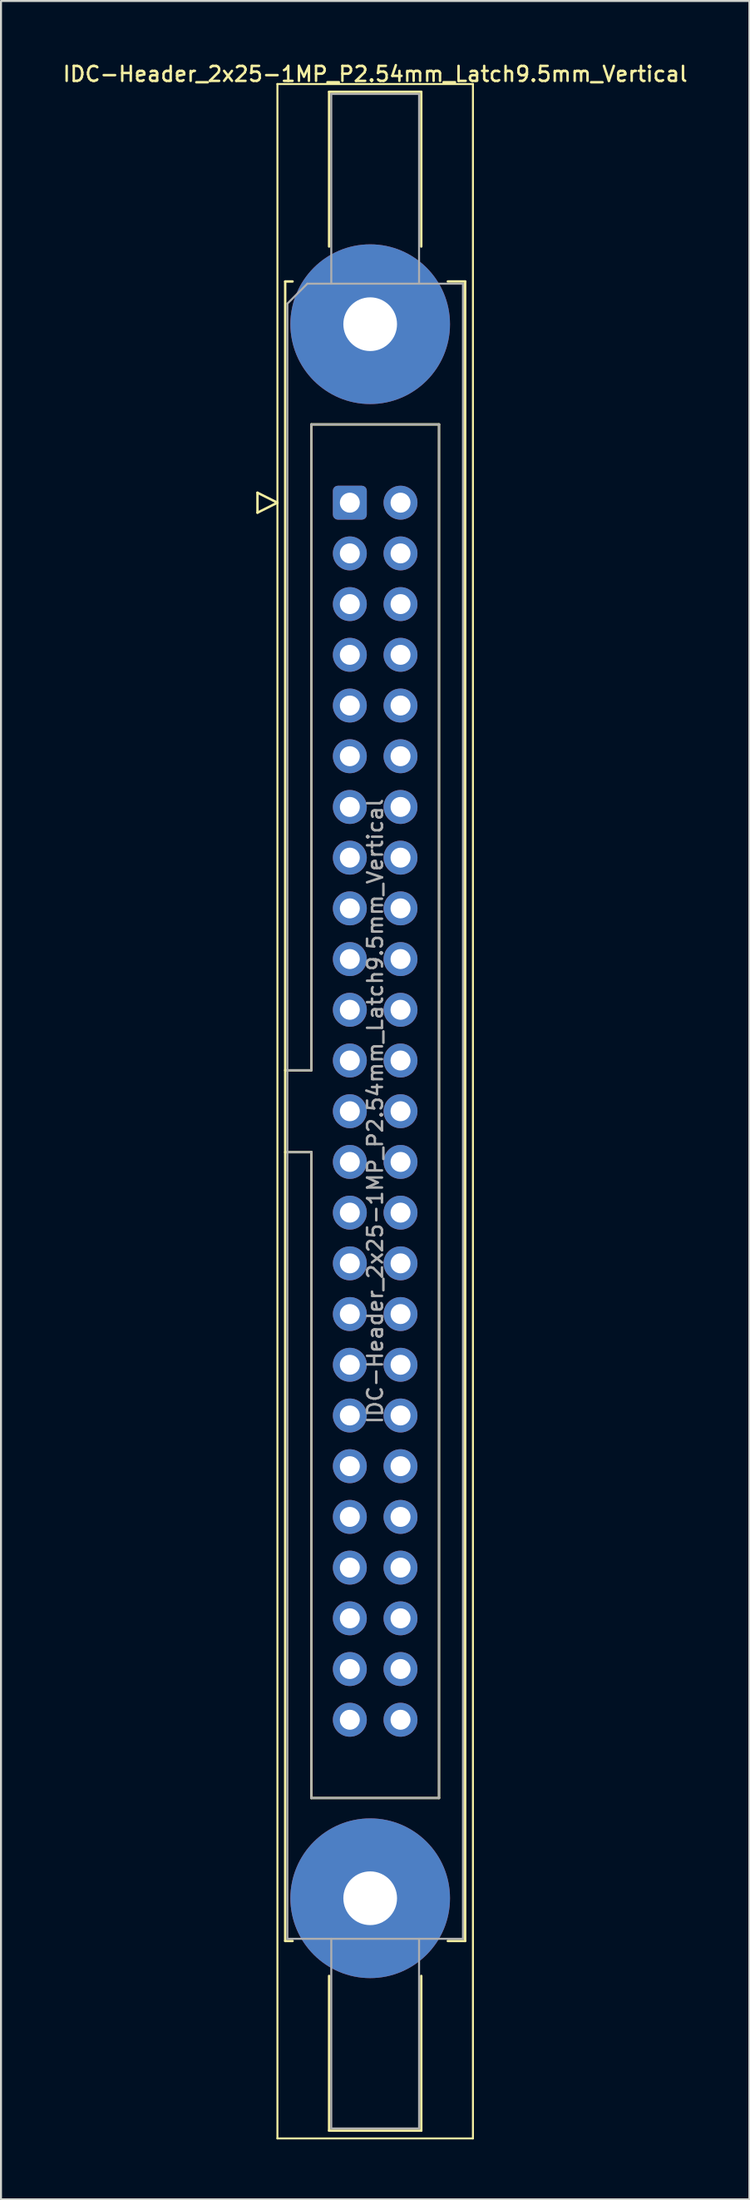
<source format=kicad_pcb>
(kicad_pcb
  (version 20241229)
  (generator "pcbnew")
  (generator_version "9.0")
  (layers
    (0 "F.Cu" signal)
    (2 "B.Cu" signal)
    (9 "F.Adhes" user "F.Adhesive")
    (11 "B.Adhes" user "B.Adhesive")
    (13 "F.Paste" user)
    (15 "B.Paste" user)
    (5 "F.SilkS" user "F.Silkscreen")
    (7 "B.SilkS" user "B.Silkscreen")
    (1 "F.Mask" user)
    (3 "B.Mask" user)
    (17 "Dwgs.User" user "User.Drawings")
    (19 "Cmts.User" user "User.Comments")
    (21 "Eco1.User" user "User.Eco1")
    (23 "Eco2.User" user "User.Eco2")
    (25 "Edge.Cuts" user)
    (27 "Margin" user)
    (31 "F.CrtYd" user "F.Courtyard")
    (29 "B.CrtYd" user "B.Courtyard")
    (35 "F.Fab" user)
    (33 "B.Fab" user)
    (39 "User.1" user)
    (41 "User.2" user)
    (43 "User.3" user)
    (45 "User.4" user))
  (footprint "IDC-Header_2x25-1MP_P2.54mm_Latch9.5mm_Vertical"
    (layer "F.Cu")
    (at 14.485 22.128)
    (property "Reference" "IDC-Header_2x25-1MP_P2.54mm_Latch9.5mm_Vertical" (at 1.27 -21.47 0) (layer "F.SilkS") (effects (font (size 0.75 0.75) (thickness 0.125))))
    (attr through_hole)
    (fp_line (start -4.63 -0.5) (end -4.63 0.5) (stroke (width 0.12) (type solid)) (layer "F.SilkS"))
    (fp_line (start -4.63 0.5) (end -3.63 0) (stroke (width 0.12) (type solid)) (layer "F.SilkS"))
    (fp_line (start -3.63 -20.97) (end -3.63 81.93) (stroke (width 0.1) (type solid)) (layer "F.SilkS"))
    (fp_line (start -3.63 0) (end -4.63 -0.5) (stroke (width 0.12) (type solid)) (layer "F.SilkS"))
    (fp_line (start -3.63 81.93) (end 6.17 81.93) (stroke (width 0.1) (type solid)) (layer "F.SilkS"))
    (fp_line (start -3.24 -11.08) (end -3.24 72.04) (stroke (width 0.12) (type solid)) (layer "F.SilkS"))
    (fp_line (start -3.24 28.43) (end -1.93 28.43) (stroke (width 0.12) (type solid)) (layer "F.SilkS"))
    (fp_line (start -3.24 72.04) (end -2.87 72.04) (stroke (width 0.12) (type solid)) (layer "F.SilkS"))
    (fp_line (start -2.87 -11.08) (end -3.24 -11.08) (stroke (width 0.12) (type solid)) (layer "F.SilkS"))
    (fp_line (start -1.93 -3.92) (end 4.47 -3.92) (stroke (width 0.12) (type solid)) (layer "F.SilkS"))
    (fp_line (start -1.93 28.43) (end -1.93 -3.92) (stroke (width 0.12) (type solid)) (layer "F.SilkS"))
    (fp_line (start -1.93 32.53) (end -3.24 32.53) (stroke (width 0.12) (type solid)) (layer "F.SilkS"))
    (fp_line (start -1.93 32.53) (end -1.93 32.53) (stroke (width 0.12) (type solid)) (layer "F.SilkS"))
    (fp_line (start -1.93 64.88) (end -1.93 32.53) (stroke (width 0.12) (type solid)) (layer "F.SilkS"))
    (fp_line (start -1.04 -20.58) (end 3.58 -20.58) (stroke (width 0.12) (type solid)) (layer "F.SilkS"))
    (fp_line (start -1.04 -12.83) (end -1.04 -20.58) (stroke (width 0.12) (type solid)) (layer "F.SilkS"))
    (fp_line (start -1.04 73.79) (end -1.04 81.54) (stroke (width 0.12) (type solid)) (layer "F.SilkS"))
    (fp_line (start -1.04 81.54) (end 3.58 81.54) (stroke (width 0.12) (type solid)) (layer "F.SilkS"))
    (fp_line (start 3.58 -20.58) (end 3.58 -12.83) (stroke (width 0.12) (type solid)) (layer "F.SilkS"))
    (fp_line (start 3.58 81.54) (end 3.58 73.79) (stroke (width 0.12) (type solid)) (layer "F.SilkS"))
    (fp_line (start 4.47 -3.92) (end 4.47 64.88) (stroke (width 0.12) (type solid)) (layer "F.SilkS"))
    (fp_line (start 4.47 64.88) (end -1.93 64.88) (stroke (width 0.12) (type solid)) (layer "F.SilkS"))
    (fp_line (start 4.91 -11.08) (end 5.78 -11.08) (stroke (width 0.12) (type solid)) (layer "F.SilkS"))
    (fp_line (start 5.78 -11.08) (end 5.78 72.04) (stroke (width 0.12) (type solid)) (layer "F.SilkS"))
    (fp_line (start 5.78 72.04) (end 4.91 72.04) (stroke (width 0.12) (type solid)) (layer "F.SilkS"))
    (fp_line (start 6.17 -20.97) (end -3.63 -20.97) (stroke (width 0.1) (type solid)) (layer "F.SilkS"))
    (fp_line (start 6.17 81.93) (end 6.17 -20.97) (stroke (width 0.1) (type solid)) (layer "F.SilkS"))
    (fp_line (start -3.13 -9.97) (end -2.13 -10.97) (stroke (width 0.1) (type solid)) (layer "F.Fab"))
    (fp_line (start -3.13 28.43) (end -1.93 28.43) (stroke (width 0.1) (type solid)) (layer "F.Fab"))
    (fp_line (start -3.13 71.93) (end -3.13 -9.97) (stroke (width 0.1) (type solid)) (layer "F.Fab"))
    (fp_line (start -2.13 -10.97) (end 5.67 -10.97) (stroke (width 0.1) (type solid)) (layer "F.Fab"))
    (fp_line (start -1.93 -3.92) (end 4.47 -3.92) (stroke (width 0.1) (type solid)) (layer "F.Fab"))
    (fp_line (start -1.93 28.43) (end -1.93 -3.92) (stroke (width 0.1) (type solid)) (layer "F.Fab"))
    (fp_line (start -1.93 32.53) (end -3.13 32.53) (stroke (width 0.1) (type solid)) (layer "F.Fab"))
    (fp_line (start -1.93 32.53) (end -1.93 32.53) (stroke (width 0.1) (type solid)) (layer "F.Fab"))
    (fp_line (start -1.93 64.88) (end -1.93 32.53) (stroke (width 0.1) (type solid)) (layer "F.Fab"))
    (fp_line (start -0.93 -20.47) (end 3.47 -20.47) (stroke (width 0.1) (type solid)) (layer "F.Fab"))
    (fp_line (start -0.93 -10.97) (end -0.93 -20.47) (stroke (width 0.1) (type solid)) (layer "F.Fab"))
    (fp_line (start -0.93 71.93) (end -0.93 81.43) (stroke (width 0.1) (type solid)) (layer "F.Fab"))
    (fp_line (start -0.93 81.43) (end 3.47 81.43) (stroke (width 0.1) (type solid)) (layer "F.Fab"))
    (fp_line (start 3.47 -20.47) (end 3.47 -10.97) (stroke (width 0.1) (type solid)) (layer "F.Fab"))
    (fp_line (start 3.47 81.43) (end 3.47 71.93) (stroke (width 0.1) (type solid)) (layer "F.Fab"))
    (fp_line (start 4.47 -3.92) (end 4.47 64.88) (stroke (width 0.1) (type solid)) (layer "F.Fab"))
    (fp_line (start 4.47 64.88) (end -1.93 64.88) (stroke (width 0.1) (type solid)) (layer "F.Fab"))
    (fp_line (start 5.67 -10.97) (end 5.67 71.93) (stroke (width 0.1) (type solid)) (layer "F.Fab"))
    (fp_line (start 5.67 71.93) (end -3.13 71.93) (stroke (width 0.1) (type solid)) (layer "F.Fab"))
    (fp_text user "${REFERENCE}" (at 1.27 30.48 90) (layer "F.Fab") (effects (font (size 0.75 0.75) (thickness 0.125))))
    (pad "1" thru_hole roundrect (at 0 0) (size 1.7 1.7) (drill 1) (layers "*.Cu" "*.Mask") (roundrect_rratio 0.147))
    (pad "2" thru_hole circle (at 2.54 0) (size 1.7 1.7) (drill 1) (layers "*.Cu" "*.Mask"))
    (pad "3" thru_hole circle (at 0 2.54) (size 1.7 1.7) (drill 1) (layers "*.Cu" "*.Mask"))
    (pad "4" thru_hole circle (at 2.54 2.54) (size 1.7 1.7) (drill 1) (layers "*.Cu" "*.Mask"))
    (pad "5" thru_hole circle (at 0 5.08) (size 1.7 1.7) (drill 1) (layers "*.Cu" "*.Mask"))
    (pad "6" thru_hole circle (at 2.54 5.08) (size 1.7 1.7) (drill 1) (layers "*.Cu" "*.Mask"))
    (pad "7" thru_hole circle (at 0 7.62) (size 1.7 1.7) (drill 1) (layers "*.Cu" "*.Mask"))
    (pad "8" thru_hole circle (at 2.54 7.62) (size 1.7 1.7) (drill 1) (layers "*.Cu" "*.Mask"))
    (pad "9" thru_hole circle (at 0 10.16) (size 1.7 1.7) (drill 1) (layers "*.Cu" "*.Mask"))
    (pad "10" thru_hole circle (at 2.54 10.16) (size 1.7 1.7) (drill 1) (layers "*.Cu" "*.Mask"))
    (pad "11" thru_hole circle (at 0 12.7) (size 1.7 1.7) (drill 1) (layers "*.Cu" "*.Mask"))
    (pad "12" thru_hole circle (at 2.54 12.7) (size 1.7 1.7) (drill 1) (layers "*.Cu" "*.Mask"))
    (pad "13" thru_hole circle (at 0 15.24) (size 1.7 1.7) (drill 1) (layers "*.Cu" "*.Mask"))
    (pad "14" thru_hole circle (at 2.54 15.24) (size 1.7 1.7) (drill 1) (layers "*.Cu" "*.Mask"))
    (pad "15" thru_hole circle (at 0 17.78) (size 1.7 1.7) (drill 1) (layers "*.Cu" "*.Mask"))
    (pad "16" thru_hole circle (at 2.54 17.78) (size 1.7 1.7) (drill 1) (layers "*.Cu" "*.Mask"))
    (pad "17" thru_hole circle (at 0 20.32) (size 1.7 1.7) (drill 1) (layers "*.Cu" "*.Mask"))
    (pad "18" thru_hole circle (at 2.54 20.32) (size 1.7 1.7) (drill 1) (layers "*.Cu" "*.Mask"))
    (pad "19" thru_hole circle (at 0 22.86) (size 1.7 1.7) (drill 1) (layers "*.Cu" "*.Mask"))
    (pad "20" thru_hole circle (at 2.54 22.86) (size 1.7 1.7) (drill 1) (layers "*.Cu" "*.Mask"))
    (pad "21" thru_hole circle (at 0 25.4) (size 1.7 1.7) (drill 1) (layers "*.Cu" "*.Mask"))
    (pad "22" thru_hole circle (at 2.54 25.4) (size 1.7 1.7) (drill 1) (layers "*.Cu" "*.Mask"))
    (pad "23" thru_hole circle (at 0 27.94) (size 1.7 1.7) (drill 1) (layers "*.Cu" "*.Mask"))
    (pad "24" thru_hole circle (at 2.54 27.94) (size 1.7 1.7) (drill 1) (layers "*.Cu" "*.Mask"))
    (pad "25" thru_hole circle (at 0 30.48) (size 1.7 1.7) (drill 1) (layers "*.Cu" "*.Mask"))
    (pad "26" thru_hole circle (at 2.54 30.48) (size 1.7 1.7) (drill 1) (layers "*.Cu" "*.Mask"))
    (pad "27" thru_hole circle (at 0 33.02) (size 1.7 1.7) (drill 1) (layers "*.Cu" "*.Mask"))
    (pad "28" thru_hole circle (at 2.54 33.02) (size 1.7 1.7) (drill 1) (layers "*.Cu" "*.Mask"))
    (pad "29" thru_hole circle (at 0 35.56) (size 1.7 1.7) (drill 1) (layers "*.Cu" "*.Mask"))
    (pad "30" thru_hole circle (at 2.54 35.56) (size 1.7 1.7) (drill 1) (layers "*.Cu" "*.Mask"))
    (pad "31" thru_hole circle (at 0 38.1) (size 1.7 1.7) (drill 1) (layers "*.Cu" "*.Mask"))
    (pad "32" thru_hole circle (at 2.54 38.1) (size 1.7 1.7) (drill 1) (layers "*.Cu" "*.Mask"))
    (pad "33" thru_hole circle (at 0 40.64) (size 1.7 1.7) (drill 1) (layers "*.Cu" "*.Mask"))
    (pad "34" thru_hole circle (at 2.54 40.64) (size 1.7 1.7) (drill 1) (layers "*.Cu" "*.Mask"))
    (pad "35" thru_hole circle (at 0 43.18) (size 1.7 1.7) (drill 1) (layers "*.Cu" "*.Mask"))
    (pad "36" thru_hole circle (at 2.54 43.18) (size 1.7 1.7) (drill 1) (layers "*.Cu" "*.Mask"))
    (pad "37" thru_hole circle (at 0 45.72) (size 1.7 1.7) (drill 1) (layers "*.Cu" "*.Mask"))
    (pad "38" thru_hole circle (at 2.54 45.72) (size 1.7 1.7) (drill 1) (layers "*.Cu" "*.Mask"))
    (pad "39" thru_hole circle (at 0 48.26) (size 1.7 1.7) (drill 1) (layers "*.Cu" "*.Mask"))
    (pad "40" thru_hole circle (at 2.54 48.26) (size 1.7 1.7) (drill 1) (layers "*.Cu" "*.Mask"))
    (pad "41" thru_hole circle (at 0 50.8) (size 1.7 1.7) (drill 1) (layers "*.Cu" "*.Mask"))
    (pad "42" thru_hole circle (at 2.54 50.8) (size 1.7 1.7) (drill 1) (layers "*.Cu" "*.Mask"))
    (pad "43" thru_hole circle (at 0 53.34) (size 1.7 1.7) (drill 1) (layers "*.Cu" "*.Mask"))
    (pad "44" thru_hole circle (at 2.54 53.34) (size 1.7 1.7) (drill 1) (layers "*.Cu" "*.Mask"))
    (pad "45" thru_hole circle (at 0 55.88) (size 1.7 1.7) (drill 1) (layers "*.Cu" "*.Mask"))
    (pad "46" thru_hole circle (at 2.54 55.88) (size 1.7 1.7) (drill 1) (layers "*.Cu" "*.Mask"))
    (pad "47" thru_hole circle (at 0 58.42) (size 1.7 1.7) (drill 1) (layers "*.Cu" "*.Mask"))
    (pad "48" thru_hole circle (at 2.54 58.42) (size 1.7 1.7) (drill 1) (layers "*.Cu" "*.Mask"))
    (pad "49" thru_hole circle (at 0 60.96) (size 1.7 1.7) (drill 1) (layers "*.Cu" "*.Mask"))
    (pad "50" thru_hole circle (at 2.54 60.96) (size 1.7 1.7) (drill 1) (layers "*.Cu" "*.Mask"))
    (pad "MP" thru_hole circle (at 1.02 -8.94) (size 8 8) (drill 2.69) (layers "*.Cu" "*.Mask"))
    (pad "MP" thru_hole circle (at 1.02 69.9) (size 8 8) (drill 2.69) (layers "*.Cu" "*.Mask")))
  (gr_rect
    (start -3 -3)
    (end 34.511 107.108)
    (stroke (width 0.1) (type default))
    (fill no)
    (layer "Edge.Cuts")))
</source>
